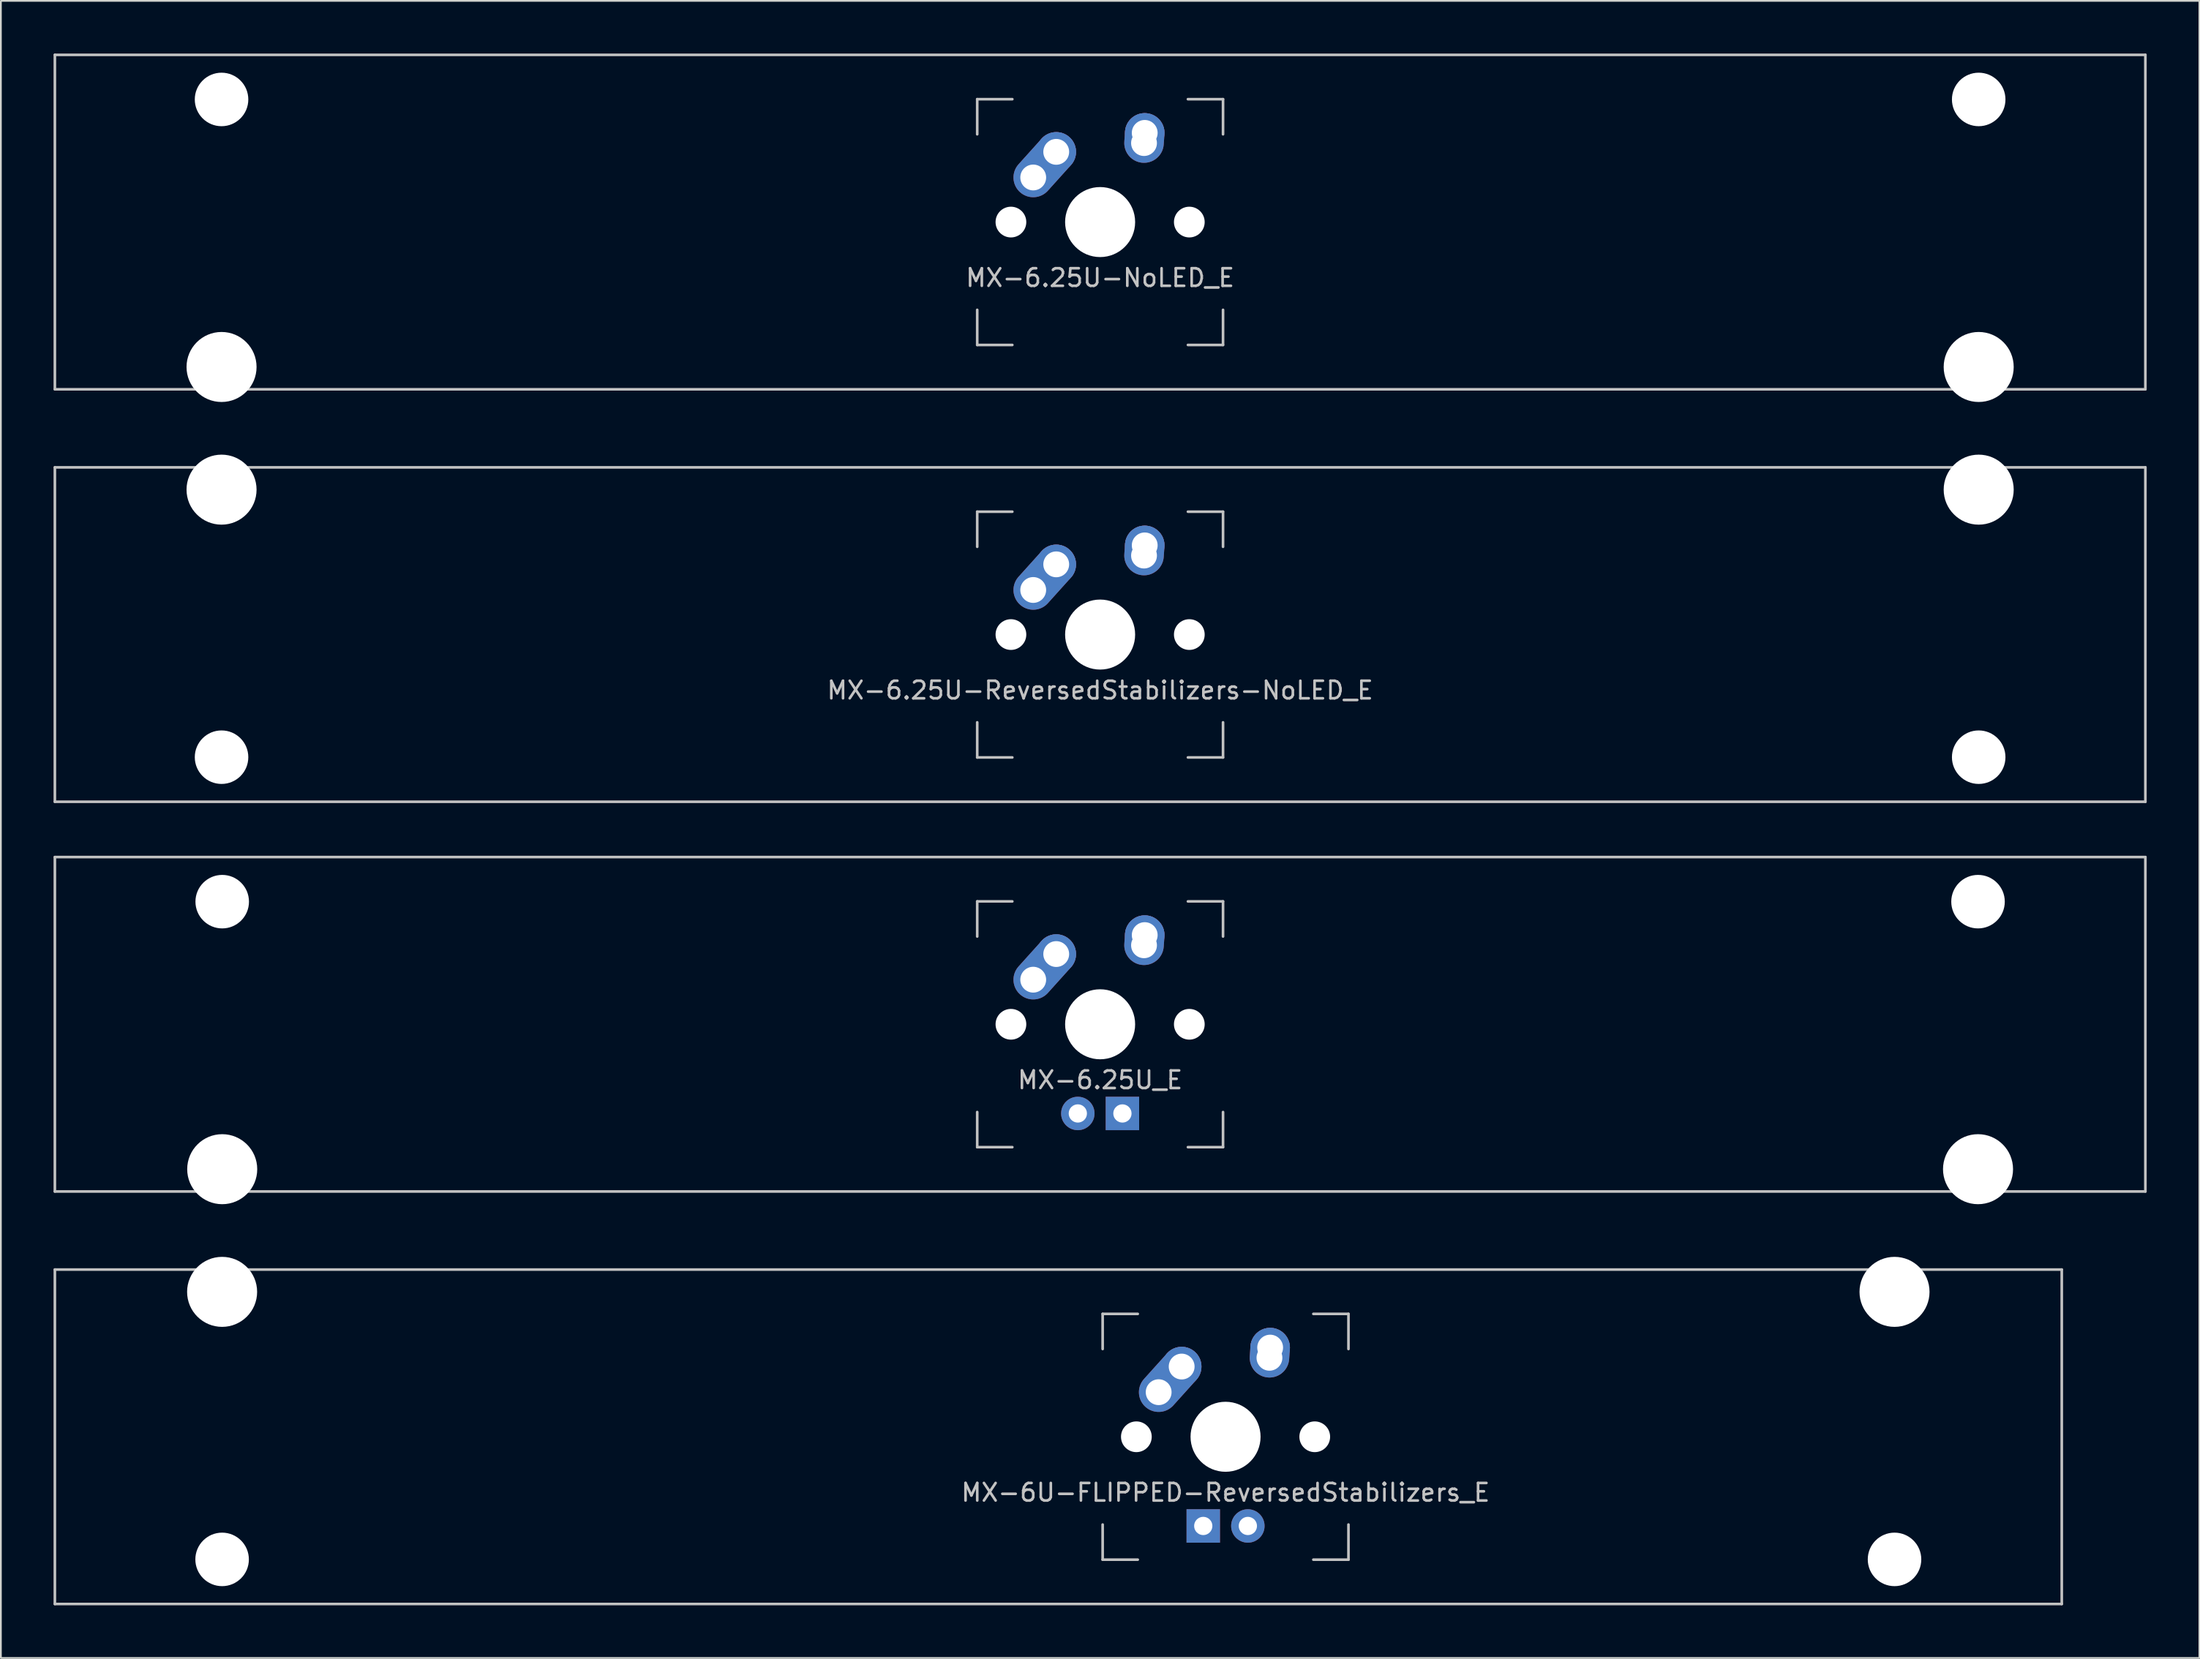
<source format=kicad_pcb>
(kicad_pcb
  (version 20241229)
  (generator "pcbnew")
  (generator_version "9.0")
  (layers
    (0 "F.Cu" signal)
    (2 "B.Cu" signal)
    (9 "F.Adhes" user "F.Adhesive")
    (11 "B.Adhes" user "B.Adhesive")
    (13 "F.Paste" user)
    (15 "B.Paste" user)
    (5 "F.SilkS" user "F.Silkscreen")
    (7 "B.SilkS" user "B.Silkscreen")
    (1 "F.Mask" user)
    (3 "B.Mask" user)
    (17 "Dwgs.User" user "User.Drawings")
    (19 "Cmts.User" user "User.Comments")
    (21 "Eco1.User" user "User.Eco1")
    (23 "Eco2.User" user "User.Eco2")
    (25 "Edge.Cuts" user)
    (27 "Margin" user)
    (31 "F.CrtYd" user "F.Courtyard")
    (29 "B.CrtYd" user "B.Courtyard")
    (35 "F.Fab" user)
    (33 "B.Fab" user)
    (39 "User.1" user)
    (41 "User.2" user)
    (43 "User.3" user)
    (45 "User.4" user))
  (footprint "MX-6U-FLIPPED-ReversedStabilizers_E"
    (layer "F.Cu")
    (at 57.225 78.796)
    (property "Reference" "MX-6U-FLIPPED-ReversedStabilizers_E" (at 9.525 3.175 0) (layer "Dwgs.User") (effects (font (size 1 1) (thickness 0.15))))
    (attr through_hole)
    (fp_line (start -57.15 -9.525) (end 57.15 -9.525) (stroke (width 0.15) (type solid)) (layer "Dwgs.User"))
    (fp_line (start -57.15 9.525) (end -57.15 -9.525) (stroke (width 0.15) (type solid)) (layer "Dwgs.User"))
    (fp_line (start -57.15 9.525) (end 57.15 9.525) (stroke (width 0.15) (type solid)) (layer "Dwgs.User"))
    (fp_line (start 2.525 -7) (end 2.525 -5) (stroke (width 0.15) (type solid)) (layer "Dwgs.User"))
    (fp_line (start 2.525 5) (end 2.525 7) (stroke (width 0.15) (type solid)) (layer "Dwgs.User"))
    (fp_line (start 2.525 7) (end 4.525 7) (stroke (width 0.15) (type solid)) (layer "Dwgs.User"))
    (fp_line (start 4.525 -7) (end 2.525 -7) (stroke (width 0.15) (type solid)) (layer "Dwgs.User"))
    (fp_line (start 14.525 -7) (end 16.525 -7) (stroke (width 0.15) (type solid)) (layer "Dwgs.User"))
    (fp_line (start 14.525 7) (end 16.525 7) (stroke (width 0.15) (type solid)) (layer "Dwgs.User"))
    (fp_line (start 16.525 -7) (end 16.525 -5) (stroke (width 0.15) (type solid)) (layer "Dwgs.User"))
    (fp_line (start 16.525 7) (end 16.525 5) (stroke (width 0.15) (type solid)) (layer "Dwgs.User"))
    (fp_line (start 57.15 -9.525) (end 57.15 9.525) (stroke (width 0.15) (type solid)) (layer "Dwgs.User"))
    (pad "" np_thru_hole circle (at -47.625 -8.255) (size 3.988 3.988) (drill 3.988) (layers "*.Cu" "*.Mask"))
    (pad "" np_thru_hole circle (at -47.625 6.985) (size 3.048 3.048) (drill 3.048) (layers "*.Cu" "*.Mask"))
    (pad "" np_thru_hole circle (at 4.445 0 48.1) (size 1.75 1.75) (drill 1.75) (layers "*.Cu" "*.Mask"))
    (pad "" np_thru_hole circle (at 9.525 0) (size 3.988 3.988) (drill 3.988) (layers "*.Cu" "*.Mask"))
    (pad "" np_thru_hole circle (at 14.605 0 48.1) (size 1.75 1.75) (drill 1.75) (layers "*.Cu" "*.Mask"))
    (pad "" np_thru_hole circle (at 47.625 -8.255) (size 3.988 3.988) (drill 3.988) (layers "*.Cu" "*.Mask"))
    (pad "" np_thru_hole circle (at 47.625 6.985) (size 3.048 3.048) (drill 3.048) (layers "*.Cu" "*.Mask"))
    (pad "1" thru_hole oval (at 12.025 -4.5 86) (size 2.831 2.25) (drill 1.47 (offset 0.291 0)) (layers "*.Cu" "B.Mask"))
    (pad "1" thru_hole circle (at 12.065 -5.08) (size 2.25 2.25) (drill 1.47) (layers "*.Cu" "B.Mask"))
    (pad "2" thru_hole oval (at 5.715 -2.54 48) (size 4.212 2.25) (drill 1.47 (offset 0.981 0)) (layers "*.Cu" "B.Mask"))
    (pad "2" thru_hole circle (at 7.025 -4) (size 2.25 2.25) (drill 1.47) (layers "*.Cu" "B.Mask"))
    (pad "3" thru_hole circle (at 10.795 5.08) (size 1.905 1.905) (drill 1.04) (layers "*.Cu" "B.Mask"))
    (pad "4" thru_hole rect (at 8.255 5.08) (size 1.905 1.905) (drill 1.04) (layers "*.Cu" "B.Mask")))
  (footprint "MX-6.25U-ReversedStabilizers-NoLED_E"
    (layer "F.Cu")
    (at 59.606 33.098)
    (property "Reference" "MX-6.25U-ReversedStabilizers-NoLED_E" (at 0 3.175 0) (layer "Dwgs.User") (effects (font (size 1 1) (thickness 0.15))))
    (attr through_hole)
    (fp_line (start -59.531 -9.525) (end 59.531 -9.525) (stroke (width 0.15) (type solid)) (layer "Dwgs.User"))
    (fp_line (start -59.531 9.525) (end -59.531 -9.525) (stroke (width 0.15) (type solid)) (layer "Dwgs.User"))
    (fp_line (start -59.531 9.525) (end 59.531 9.525) (stroke (width 0.15) (type solid)) (layer "Dwgs.User"))
    (fp_line (start -7 -7) (end -7 -5) (stroke (width 0.15) (type solid)) (layer "Dwgs.User"))
    (fp_line (start -7 5) (end -7 7) (stroke (width 0.15) (type solid)) (layer "Dwgs.User"))
    (fp_line (start -7 7) (end -5 7) (stroke (width 0.15) (type solid)) (layer "Dwgs.User"))
    (fp_line (start -5 -7) (end -7 -7) (stroke (width 0.15) (type solid)) (layer "Dwgs.User"))
    (fp_line (start 5 -7) (end 7 -7) (stroke (width 0.15) (type solid)) (layer "Dwgs.User"))
    (fp_line (start 5 7) (end 7 7) (stroke (width 0.15) (type solid)) (layer "Dwgs.User"))
    (fp_line (start 7 -7) (end 7 -5) (stroke (width 0.15) (type solid)) (layer "Dwgs.User"))
    (fp_line (start 7 7) (end 7 5) (stroke (width 0.15) (type solid)) (layer "Dwgs.User"))
    (fp_line (start 59.531 -9.525) (end 59.531 9.525) (stroke (width 0.15) (type solid)) (layer "Dwgs.User"))
    (pad "" np_thru_hole circle (at -50.038 -8.255) (size 3.988 3.988) (drill 3.988) (layers "*.Cu" "*.Mask"))
    (pad "" np_thru_hole circle (at -50.038 6.985) (size 3.048 3.048) (drill 3.048) (layers "*.Cu" "*.Mask"))
    (pad "" np_thru_hole circle (at -5.08 0 48.1) (size 1.75 1.75) (drill 1.75) (layers "*.Cu" "*.Mask"))
    (pad "" np_thru_hole circle (at 0 0) (size 3.988 3.988) (drill 3.988) (layers "*.Cu" "*.Mask"))
    (pad "" np_thru_hole circle (at 5.08 0 48.1) (size 1.75 1.75) (drill 1.75) (layers "*.Cu" "*.Mask"))
    (pad "" np_thru_hole circle (at 50.038 -8.255) (size 3.988 3.988) (drill 3.988) (layers "*.Cu" "*.Mask"))
    (pad "" np_thru_hole circle (at 50.038 6.985) (size 3.048 3.048) (drill 3.048) (layers "*.Cu" "*.Mask"))
    (pad "1" thru_hole oval (at 2.5 -4.5 86) (size 2.831 2.25) (drill 1.47 (offset 0.291 0)) (layers "*.Cu" "B.Mask"))
    (pad "1" thru_hole circle (at 2.54 -5.08) (size 2.25 2.25) (drill 1.47) (layers "*.Cu" "B.Mask"))
    (pad "2" thru_hole oval (at -3.81 -2.54 48) (size 4.212 2.25) (drill 1.47 (offset 0.981 0)) (layers "*.Cu" "B.Mask"))
    (pad "2" thru_hole circle (at -2.5 -4) (size 2.25 2.25) (drill 1.47) (layers "*.Cu" "B.Mask")))
  (footprint "MX-6.25U_E"
    (layer "F.Cu")
    (at 59.606 55.298)
    (property "Reference" "MX-6.25U_E" (at 0 3.175 0) (layer "Dwgs.User") (effects (font (size 1 1) (thickness 0.15))))
    (attr through_hole)
    (fp_line (start -59.531 -9.525) (end 59.531 -9.525) (stroke (width 0.15) (type solid)) (layer "Dwgs.User"))
    (fp_line (start -59.531 9.525) (end -59.531 -9.525) (stroke (width 0.15) (type solid)) (layer "Dwgs.User"))
    (fp_line (start -59.531 9.525) (end 59.531 9.525) (stroke (width 0.15) (type solid)) (layer "Dwgs.User"))
    (fp_line (start -7 -7) (end -7 -5) (stroke (width 0.15) (type solid)) (layer "Dwgs.User"))
    (fp_line (start -7 5) (end -7 7) (stroke (width 0.15) (type solid)) (layer "Dwgs.User"))
    (fp_line (start -7 7) (end -5 7) (stroke (width 0.15) (type solid)) (layer "Dwgs.User"))
    (fp_line (start -5 -7) (end -7 -7) (stroke (width 0.15) (type solid)) (layer "Dwgs.User"))
    (fp_line (start 5 -7) (end 7 -7) (stroke (width 0.15) (type solid)) (layer "Dwgs.User"))
    (fp_line (start 5 7) (end 7 7) (stroke (width 0.15) (type solid)) (layer "Dwgs.User"))
    (fp_line (start 7 -7) (end 7 -5) (stroke (width 0.15) (type solid)) (layer "Dwgs.User"))
    (fp_line (start 7 7) (end 7 5) (stroke (width 0.15) (type solid)) (layer "Dwgs.User"))
    (fp_line (start 59.531 -9.525) (end 59.531 9.525) (stroke (width 0.15) (type solid)) (layer "Dwgs.User"))
    (pad "" np_thru_hole circle (at -50 -6.985) (size 3.048 3.048) (drill 3.048) (layers "*.Cu" "*.Mask"))
    (pad "" np_thru_hole circle (at -50 8.255) (size 3.988 3.988) (drill 3.988) (layers "*.Cu" "*.Mask"))
    (pad "" np_thru_hole circle (at -5.08 0 48.1) (size 1.75 1.75) (drill 1.75) (layers "*.Cu" "*.Mask"))
    (pad "" np_thru_hole circle (at 0 0) (size 3.988 3.988) (drill 3.988) (layers "*.Cu" "*.Mask"))
    (pad "" np_thru_hole circle (at 5.08 0 48.1) (size 1.75 1.75) (drill 1.75) (layers "*.Cu" "*.Mask"))
    (pad "" np_thru_hole circle (at 50 -6.985) (size 3.048 3.048) (drill 3.048) (layers "*.Cu" "*.Mask"))
    (pad "" np_thru_hole circle (at 50 8.255) (size 3.988 3.988) (drill 3.988) (layers "*.Cu" "*.Mask"))
    (pad "1" thru_hole oval (at 2.5 -4.5 86) (size 2.831 2.25) (drill 1.47 (offset 0.291 0)) (layers "*.Cu" "B.Mask"))
    (pad "1" thru_hole circle (at 2.54 -5.08) (size 2.25 2.25) (drill 1.47) (layers "*.Cu" "B.Mask"))
    (pad "2" thru_hole oval (at -3.81 -2.54 48) (size 4.212 2.25) (drill 1.47 (offset 0.981 0)) (layers "*.Cu" "B.Mask"))
    (pad "2" thru_hole circle (at -2.5 -4) (size 2.25 2.25) (drill 1.47) (layers "*.Cu" "B.Mask"))
    (pad "3" thru_hole circle (at -1.27 5.08) (size 1.905 1.905) (drill 1.04) (layers "*.Cu" "B.Mask"))
    (pad "4" thru_hole rect (at 1.27 5.08) (size 1.905 1.905) (drill 1.04) (layers "*.Cu" "B.Mask")))
  (footprint "MX-6.25U-NoLED_E"
    (layer "F.Cu")
    (at 59.606 9.6)
    (property "Reference" "MX-6.25U-NoLED_E" (at 0 3.175 0) (layer "Dwgs.User") (effects (font (size 1 1) (thickness 0.15))))
    (attr through_hole)
    (fp_line (start -59.531 -9.525) (end 59.531 -9.525) (stroke (width 0.15) (type solid)) (layer "Dwgs.User"))
    (fp_line (start -59.531 9.525) (end -59.531 -9.525) (stroke (width 0.15) (type solid)) (layer "Dwgs.User"))
    (fp_line (start -59.531 9.525) (end 59.531 9.525) (stroke (width 0.15) (type solid)) (layer "Dwgs.User"))
    (fp_line (start -7 -7) (end -7 -5) (stroke (width 0.15) (type solid)) (layer "Dwgs.User"))
    (fp_line (start -7 5) (end -7 7) (stroke (width 0.15) (type solid)) (layer "Dwgs.User"))
    (fp_line (start -7 7) (end -5 7) (stroke (width 0.15) (type solid)) (layer "Dwgs.User"))
    (fp_line (start -5 -7) (end -7 -7) (stroke (width 0.15) (type solid)) (layer "Dwgs.User"))
    (fp_line (start 5 -7) (end 7 -7) (stroke (width 0.15) (type solid)) (layer "Dwgs.User"))
    (fp_line (start 5 7) (end 7 7) (stroke (width 0.15) (type solid)) (layer "Dwgs.User"))
    (fp_line (start 7 -7) (end 7 -5) (stroke (width 0.15) (type solid)) (layer "Dwgs.User"))
    (fp_line (start 7 7) (end 7 5) (stroke (width 0.15) (type solid)) (layer "Dwgs.User"))
    (fp_line (start 59.531 -9.525) (end 59.531 9.525) (stroke (width 0.15) (type solid)) (layer "Dwgs.User"))
    (pad "" np_thru_hole circle (at -50.038 -6.985) (size 3.048 3.048) (drill 3.048) (layers "*.Cu" "*.Mask"))
    (pad "" np_thru_hole circle (at -50.038 8.255) (size 3.988 3.988) (drill 3.988) (layers "*.Cu" "*.Mask"))
    (pad "" np_thru_hole circle (at -5.08 0 48.1) (size 1.75 1.75) (drill 1.75) (layers "*.Cu" "*.Mask"))
    (pad "" np_thru_hole circle (at 0 0) (size 3.988 3.988) (drill 3.988) (layers "*.Cu" "*.Mask"))
    (pad "" np_thru_hole circle (at 5.08 0 48.1) (size 1.75 1.75) (drill 1.75) (layers "*.Cu" "*.Mask"))
    (pad "" np_thru_hole circle (at 50.038 -6.985) (size 3.048 3.048) (drill 3.048) (layers "*.Cu" "*.Mask"))
    (pad "" np_thru_hole circle (at 50.038 8.255) (size 3.988 3.988) (drill 3.988) (layers "*.Cu" "*.Mask"))
    (pad "1" thru_hole oval (at 2.5 -4.5 86) (size 2.831 2.25) (drill 1.47 (offset 0.291 0)) (layers "*.Cu" "B.Mask"))
    (pad "1" thru_hole circle (at 2.54 -5.08) (size 2.25 2.25) (drill 1.47) (layers "*.Cu" "B.Mask"))
    (pad "2" thru_hole oval (at -3.81 -2.54 48) (size 4.212 2.25) (drill 1.47 (offset 0.981 0)) (layers "*.Cu" "B.Mask"))
    (pad "2" thru_hole circle (at -2.5 -4) (size 2.25 2.25) (drill 1.47) (layers "*.Cu" "B.Mask")))
  (gr_rect
    (start -3 -3)
    (end 122.213 91.396)
    (stroke (width 0.1) (type default))
    (fill no)
    (layer "Edge.Cuts")))
</source>
